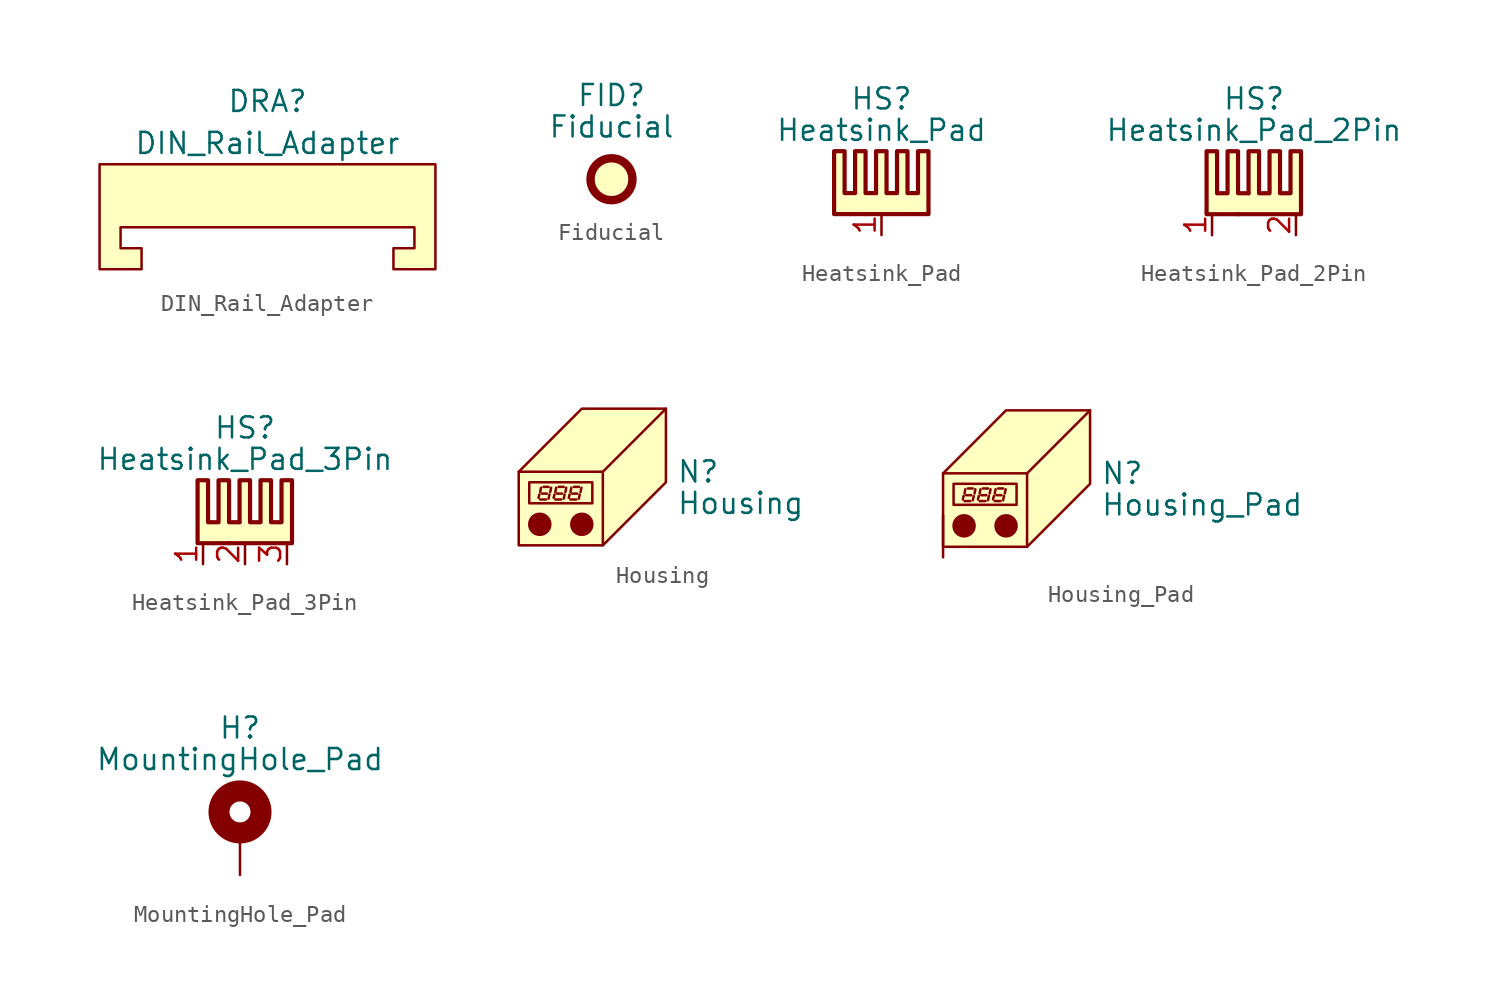
<source format=kicad_sym>
(kicad_symbol_lib
  (version 20211014)
  (generator kicad_symbol_editor)
  (symbol "DIN_Rail_Adapter"
    (property "Reference" "DRA"
      (at 0 6.35 0)
      (effects (font (size 1.27 1.27))))
    (property "Value" "DIN_Rail_Adapter"
      (at 0 3.81 0)
      (effects (font (size 1.27 1.27))))
    (symbol "DIN_Rail_Adapter_0_1"
      (polyline (pts (xy 10.16 2.54) (xy -10.16 2.54) (xy -10.16 -3.81) (xy -7.62 -3.81) (xy -7.62 -2.54) (xy -8.89 -2.54) (xy -8.89 -1.27) (xy 8.89 -1.27) (xy 8.89 -2.54) (xy 7.62 -2.54) (xy 7.62 -3.81) (xy 10.16 -3.81) (xy 10.16 2.54) (xy -10.16 2.54)) (stroke (width 0) (type default) (color 0 0 0 0)) (fill (type background)))))
  (symbol "Fiducial"
    (property "Reference" "FID"
      (at 0 5.08 0)
      (effects (font (size 1.27 1.27))))
    (property "Value" "Fiducial"
      (at 0 3.175 0)
      (effects (font (size 1.27 1.27))))
    (symbol "Fiducial_0_1"
      (circle (center 0 0) (radius 1.27) (stroke (width 0.508) (type default) (color 0 0 0 0)) (fill (type background)))))
  (symbol "Heatsink_Pad"
    (pin_names
      (offset 0))
    (property "Reference" "HS"
      (at 0 5.715 0)
      (effects (font (size 1.27 1.27))))
    (property "Value" "Heatsink_Pad"
      (at 0 3.81 0)
      (effects (font (size 1.27 1.27))))
    (symbol "Heatsink_Pad_0_1"
      (polyline (pts (xy -0.33 0) (xy -0.965 0) (xy -0.965 2.54) (xy -1.6 2.54) (xy -1.6 0) (xy -2.235 0) (xy -2.235 2.54) (xy -2.87 2.54) (xy -2.87 -1.27) (xy -0.965 -1.27)) (stroke (width 0.254) (type default) (color 0 0 0 0)) (fill (type background)))
      (polyline (pts (xy -0.33 0) (xy -0.33 2.54) (xy 0.305 2.54) (xy 0.305 0) (xy 0.94 0) (xy 0.94 2.54) (xy 1.575 2.54) (xy 1.575 0) (xy 2.21 0) (xy 2.21 2.54) (xy 2.845 2.54) (xy 2.845 -1.27) (xy -0.965 -1.27)) (stroke (width 0.254) (type default) (color 0 0 0 0)) (fill (type background))))
    (symbol "Heatsink_Pad_1_1"
      (pin passive line (at 0 -2.54 90) (length 1.27) (name "~" (effects (font (size 1.27 1.27)))) (number "1" (effects (font (size 1.27 1.27)))))))
  (symbol "Heatsink_Pad_2Pin"
    (pin_names
      (offset 0))
    (property "Reference" "HS"
      (at 0 5.715 0)
      (effects (font (size 1.27 1.27))))
    (property "Value" "Heatsink_Pad_2Pin"
      (at 0 3.81 0)
      (effects (font (size 1.27 1.27))))
    (symbol "Heatsink_Pad_2Pin_0_1"
      (polyline (pts (xy -0.33 0) (xy -0.965 0) (xy -0.965 2.54) (xy -1.6 2.54) (xy -1.6 0) (xy -2.235 0) (xy -2.235 2.54) (xy -2.87 2.54) (xy -2.87 -1.27) (xy -0.965 -1.27)) (stroke (width 0.254) (type default) (color 0 0 0 0)) (fill (type background)))
      (polyline (pts (xy -0.33 0) (xy -0.33 2.54) (xy 0.305 2.54) (xy 0.305 0) (xy 0.94 0) (xy 0.94 2.54) (xy 1.575 2.54) (xy 1.575 0) (xy 2.21 0) (xy 2.21 2.54) (xy 2.845 2.54) (xy 2.845 -1.27) (xy -0.965 -1.27)) (stroke (width 0.254) (type default) (color 0 0 0 0)) (fill (type background))))
    (symbol "Heatsink_Pad_2Pin_1_1"
      (pin passive line (at -2.54 -2.54 90) (length 1.27) (name "~" (effects (font (size 1.27 1.27)))) (number "1" (effects (font (size 1.27 1.27)))))
      (pin passive line (at 2.54 -2.54 90) (length 1.27) (name "~" (effects (font (size 1.27 1.27)))) (number "2" (effects (font (size 1.27 1.27)))))))
  (symbol "Heatsink_Pad_3Pin"
    (pin_names
      (offset 0))
    (property "Reference" "HS"
      (at 0 5.715 0)
      (effects (font (size 1.27 1.27))))
    (property "Value" "Heatsink_Pad_3Pin"
      (at 0 3.81 0)
      (effects (font (size 1.27 1.27))))
    (symbol "Heatsink_Pad_3Pin_0_1"
      (polyline (pts (xy -0.33 0) (xy -0.965 0) (xy -0.965 2.54) (xy -1.6 2.54) (xy -1.6 0) (xy -2.235 0) (xy -2.235 2.54) (xy -2.87 2.54) (xy -2.87 -1.27) (xy -0.965 -1.27)) (stroke (width 0.254) (type default) (color 0 0 0 0)) (fill (type background)))
      (polyline (pts (xy -0.33 0) (xy -0.33 2.54) (xy 0.305 2.54) (xy 0.305 0) (xy 0.94 0) (xy 0.94 2.54) (xy 1.575 2.54) (xy 1.575 0) (xy 2.21 0) (xy 2.21 2.54) (xy 2.845 2.54) (xy 2.845 -1.27) (xy -0.965 -1.27)) (stroke (width 0.254) (type default) (color 0 0 0 0)) (fill (type background))))
    (symbol "Heatsink_Pad_3Pin_1_1"
      (pin passive line (at -2.54 -2.54 90) (length 1.27) (name "~" (effects (font (size 1.27 1.27)))) (number "1" (effects (font (size 1.27 1.27)))))
      (pin passive line (at 0 -2.54 90) (length 1.27) (name "~" (effects (font (size 1.27 1.27)))) (number "2" (effects (font (size 1.27 1.27)))))
      (pin passive line (at 2.54 -2.54 90) (length 1.27) (name "~" (effects (font (size 1.27 1.27)))) (number "3" (effects (font (size 1.27 1.27)))))))
  (symbol "Housing"
    (pin_names
      (offset 1.016))
    (property "Reference" "N"
      (at 3.81 0 0)
      (effects (font (size 1.27 1.27)) (justify left)))
    (property "Value" "Housing"
      (at 3.81 -1.905 0)
      (effects (font (size 1.27 1.27)) (justify left)))
    (symbol "Housing_0_1"
      (rectangle (start -5.08 -0.635) (end -1.27 -1.905) (stroke (width 0) (type default) (color 0 0 0 0)) (fill (type none)))
      (circle (center -4.445 -3.175) (radius 0.635) (stroke (width 0) (type default) (color 0 0 0 0)) (fill (type outline)))
      (circle (center -1.905 -3.175) (radius 0.635) (stroke (width 0) (type default) (color 0 0 0 0)) (fill (type outline)))
      (polyline (pts (xy -4.521 -1.575) (xy -4.47 -1.372)) (stroke (width 0) (type default) (color 0 0 0 0)) (fill (type none)))
      (polyline (pts (xy -4.42 -1.676) (xy -4.064 -1.676)) (stroke (width 0) (type default) (color 0 0 0 0)) (fill (type none)))
      (polyline (pts (xy -4.42 -1.219) (xy -4.369 -0.965)) (stroke (width 0) (type default) (color 0 0 0 0)) (fill (type none)))
      (polyline (pts (xy -4.318 -1.321) (xy -4.013 -1.321)) (stroke (width 0) (type default) (color 0 0 0 0)) (fill (type none)))
      (polyline (pts (xy -4.216 -0.914) (xy -3.912 -0.914)) (stroke (width 0) (type default) (color 0 0 0 0)) (fill (type none)))
      (polyline (pts (xy -3.912 -1.626) (xy -3.861 -1.372)) (stroke (width 0) (type default) (color 0 0 0 0)) (fill (type none)))
      (polyline (pts (xy -3.81 -1.219) (xy -3.759 -0.965)) (stroke (width 0) (type default) (color 0 0 0 0)) (fill (type none)))
      (polyline (pts (xy -3.607 -1.575) (xy -3.556 -1.372)) (stroke (width 0) (type default) (color 0 0 0 0)) (fill (type none)))
      (polyline (pts (xy -3.505 -1.676) (xy -3.15 -1.676)) (stroke (width 0) (type default) (color 0 0 0 0)) (fill (type none)))
      (polyline (pts (xy -3.505 -1.219) (xy -3.454 -0.965)) (stroke (width 0) (type default) (color 0 0 0 0)) (fill (type none)))
      (polyline (pts (xy -3.404 -1.321) (xy -3.099 -1.321)) (stroke (width 0) (type default) (color 0 0 0 0)) (fill (type none)))
      (polyline (pts (xy -3.302 -0.914) (xy -2.997 -0.914)) (stroke (width 0) (type default) (color 0 0 0 0)) (fill (type none)))
      (polyline (pts (xy -2.997 -1.626) (xy -2.946 -1.372)) (stroke (width 0) (type default) (color 0 0 0 0)) (fill (type none)))
      (polyline (pts (xy -2.896 -1.219) (xy -2.845 -0.965)) (stroke (width 0) (type default) (color 0 0 0 0)) (fill (type none)))
      (polyline (pts (xy -2.692 -1.575) (xy -2.642 -1.372)) (stroke (width 0) (type default) (color 0 0 0 0)) (fill (type none)))
      (polyline (pts (xy -2.591 -1.676) (xy -2.235 -1.676)) (stroke (width 0) (type default) (color 0 0 0 0)) (fill (type none)))
      (polyline (pts (xy -2.591 -1.219) (xy -2.54 -0.965)) (stroke (width 0) (type default) (color 0 0 0 0)) (fill (type none)))
      (polyline (pts (xy -2.489 -1.321) (xy -2.184 -1.321)) (stroke (width 0) (type default) (color 0 0 0 0)) (fill (type none)))
      (polyline (pts (xy -2.388 -0.914) (xy -2.083 -0.914)) (stroke (width 0) (type default) (color 0 0 0 0)) (fill (type none)))
      (polyline (pts (xy -2.083 -1.626) (xy -2.032 -1.372)) (stroke (width 0) (type default) (color 0 0 0 0)) (fill (type none)))
      (polyline (pts (xy -1.981 -1.219) (xy -1.93 -0.965)) (stroke (width 0) (type default) (color 0 0 0 0)) (fill (type none)))
      (polyline (pts (xy -0.635 0) (xy -0.635 -4.445)) (stroke (width 0) (type default) (color 0 0 0 0)) (fill (type none)))
      (polyline (pts (xy -5.715 0) (xy -0.635 0) (xy 3.175 3.81)) (stroke (width 0) (type default) (color 0 0 0 0)) (fill (type none)))
      (polyline (pts (xy -5.715 0) (xy -5.715 -4.445) (xy -0.635 -4.445) (xy 3.175 -0.635) (xy 3.175 3.81) (xy -1.905 3.81) (xy -5.715 0)) (stroke (width 0) (type default) (color 0 0 0 0)) (fill (type background)))))
  (symbol "Housing_Pad"
    (pin_numbers hide)
    (pin_names
      (offset 1.016) hide)
    (property "Reference" "N"
      (at 4.445 0 0)
      (effects (font (size 1.27 1.27)) (justify left)))
    (property "Value" "Housing_Pad"
      (at 4.445 -1.905 0)
      (effects (font (size 1.27 1.27)) (justify left)))
    (symbol "Housing_Pad_0_1"
      (rectangle (start -4.445 -0.635) (end -0.635 -1.905) (stroke (width 0) (type default) (color 0 0 0 0)) (fill (type none)))
      (circle (center -3.81 -3.175) (radius 0.635) (stroke (width 0) (type default) (color 0 0 0 0)) (fill (type outline)))
      (circle (center -1.27 -3.175) (radius 0.635) (stroke (width 0) (type default) (color 0 0 0 0)) (fill (type outline)))
      (polyline (pts (xy -3.886 -1.575) (xy -3.835 -1.372)) (stroke (width 0) (type default) (color 0 0 0 0)) (fill (type none)))
      (polyline (pts (xy -3.785 -1.676) (xy -3.429 -1.676)) (stroke (width 0) (type default) (color 0 0 0 0)) (fill (type none)))
      (polyline (pts (xy -3.785 -1.219) (xy -3.734 -0.965)) (stroke (width 0) (type default) (color 0 0 0 0)) (fill (type none)))
      (polyline (pts (xy -3.683 -1.321) (xy -3.378 -1.321)) (stroke (width 0) (type default) (color 0 0 0 0)) (fill (type none)))
      (polyline (pts (xy -3.581 -0.914) (xy -3.277 -0.914)) (stroke (width 0) (type default) (color 0 0 0 0)) (fill (type none)))
      (polyline (pts (xy -3.277 -1.626) (xy -3.226 -1.372)) (stroke (width 0) (type default) (color 0 0 0 0)) (fill (type none)))
      (polyline (pts (xy -3.175 -1.219) (xy -3.124 -0.965)) (stroke (width 0) (type default) (color 0 0 0 0)) (fill (type none)))
      (polyline (pts (xy -2.972 -1.575) (xy -2.921 -1.372)) (stroke (width 0) (type default) (color 0 0 0 0)) (fill (type none)))
      (polyline (pts (xy -2.87 -1.676) (xy -2.515 -1.676)) (stroke (width 0) (type default) (color 0 0 0 0)) (fill (type none)))
      (polyline (pts (xy -2.87 -1.219) (xy -2.819 -0.965)) (stroke (width 0) (type default) (color 0 0 0 0)) (fill (type none)))
      (polyline (pts (xy -2.769 -1.321) (xy -2.464 -1.321)) (stroke (width 0) (type default) (color 0 0 0 0)) (fill (type none)))
      (polyline (pts (xy -2.667 -0.914) (xy -2.362 -0.914)) (stroke (width 0) (type default) (color 0 0 0 0)) (fill (type none)))
      (polyline (pts (xy -2.362 -1.626) (xy -2.311 -1.372)) (stroke (width 0) (type default) (color 0 0 0 0)) (fill (type none)))
      (polyline (pts (xy -2.261 -1.219) (xy -2.21 -0.965)) (stroke (width 0) (type default) (color 0 0 0 0)) (fill (type none)))
      (polyline (pts (xy -2.057 -1.575) (xy -2.007 -1.372)) (stroke (width 0) (type default) (color 0 0 0 0)) (fill (type none)))
      (polyline (pts (xy -1.956 -1.676) (xy -1.6 -1.676)) (stroke (width 0) (type default) (color 0 0 0 0)) (fill (type none)))
      (polyline (pts (xy -1.956 -1.219) (xy -1.905 -0.965)) (stroke (width 0) (type default) (color 0 0 0 0)) (fill (type none)))
      (polyline (pts (xy -1.854 -1.321) (xy -1.549 -1.321)) (stroke (width 0) (type default) (color 0 0 0 0)) (fill (type none)))
      (polyline (pts (xy -1.753 -0.914) (xy -1.448 -0.914)) (stroke (width 0) (type default) (color 0 0 0 0)) (fill (type none)))
      (polyline (pts (xy -1.448 -1.626) (xy -1.397 -1.372)) (stroke (width 0) (type default) (color 0 0 0 0)) (fill (type none)))
      (polyline (pts (xy -1.346 -1.219) (xy -1.295 -0.965)) (stroke (width 0) (type default) (color 0 0 0 0)) (fill (type none)))
      (polyline (pts (xy 0 0) (xy 0 -4.445)) (stroke (width 0) (type default) (color 0 0 0 0)) (fill (type none)))
      (polyline (pts (xy -5.08 0) (xy 0 0) (xy 3.81 3.81)) (stroke (width 0) (type default) (color 0 0 0 0)) (fill (type none)))
      (polyline (pts (xy -5.08 0) (xy -5.08 -4.445) (xy 0 -4.445) (xy 3.81 -0.635) (xy 3.81 3.81) (xy -1.27 3.81) (xy -5.08 0)) (stroke (width 0) (type default) (color 0 0 0 0)) (fill (type background))))
    (symbol "Housing_Pad_1_1"
      (pin input line (at -5.08 -5.08 90) (length 2.54) (name "PAD" (effects (font (size 1.27 1.27)))) (number "1" (effects (font (size 1.27 1.27)))))))
  (symbol "MountingHole_Pad"
    (pin_numbers hide)
    (pin_names
      (offset 1.016) hide)
    (property "Reference" "H"
      (at 0 6.35 0)
      (effects (font (size 1.27 1.27))))
    (property "Value" "MountingHole_Pad"
      (at 0 4.445 0)
      (effects (font (size 1.27 1.27))))
    (symbol "MountingHole_Pad_0_1"
      (circle (center 0 1.27) (radius 1.27) (stroke (width 1.27) (type default) (color 0 0 0 0)) (fill (type none))))
    (symbol "MountingHole_Pad_1_1"
      (pin input line (at 0 -2.54 90) (length 2.54) (name "1" (effects (font (size 1.27 1.27)))) (number "1" (effects (font (size 1.27 1.27))))))))
</source>
